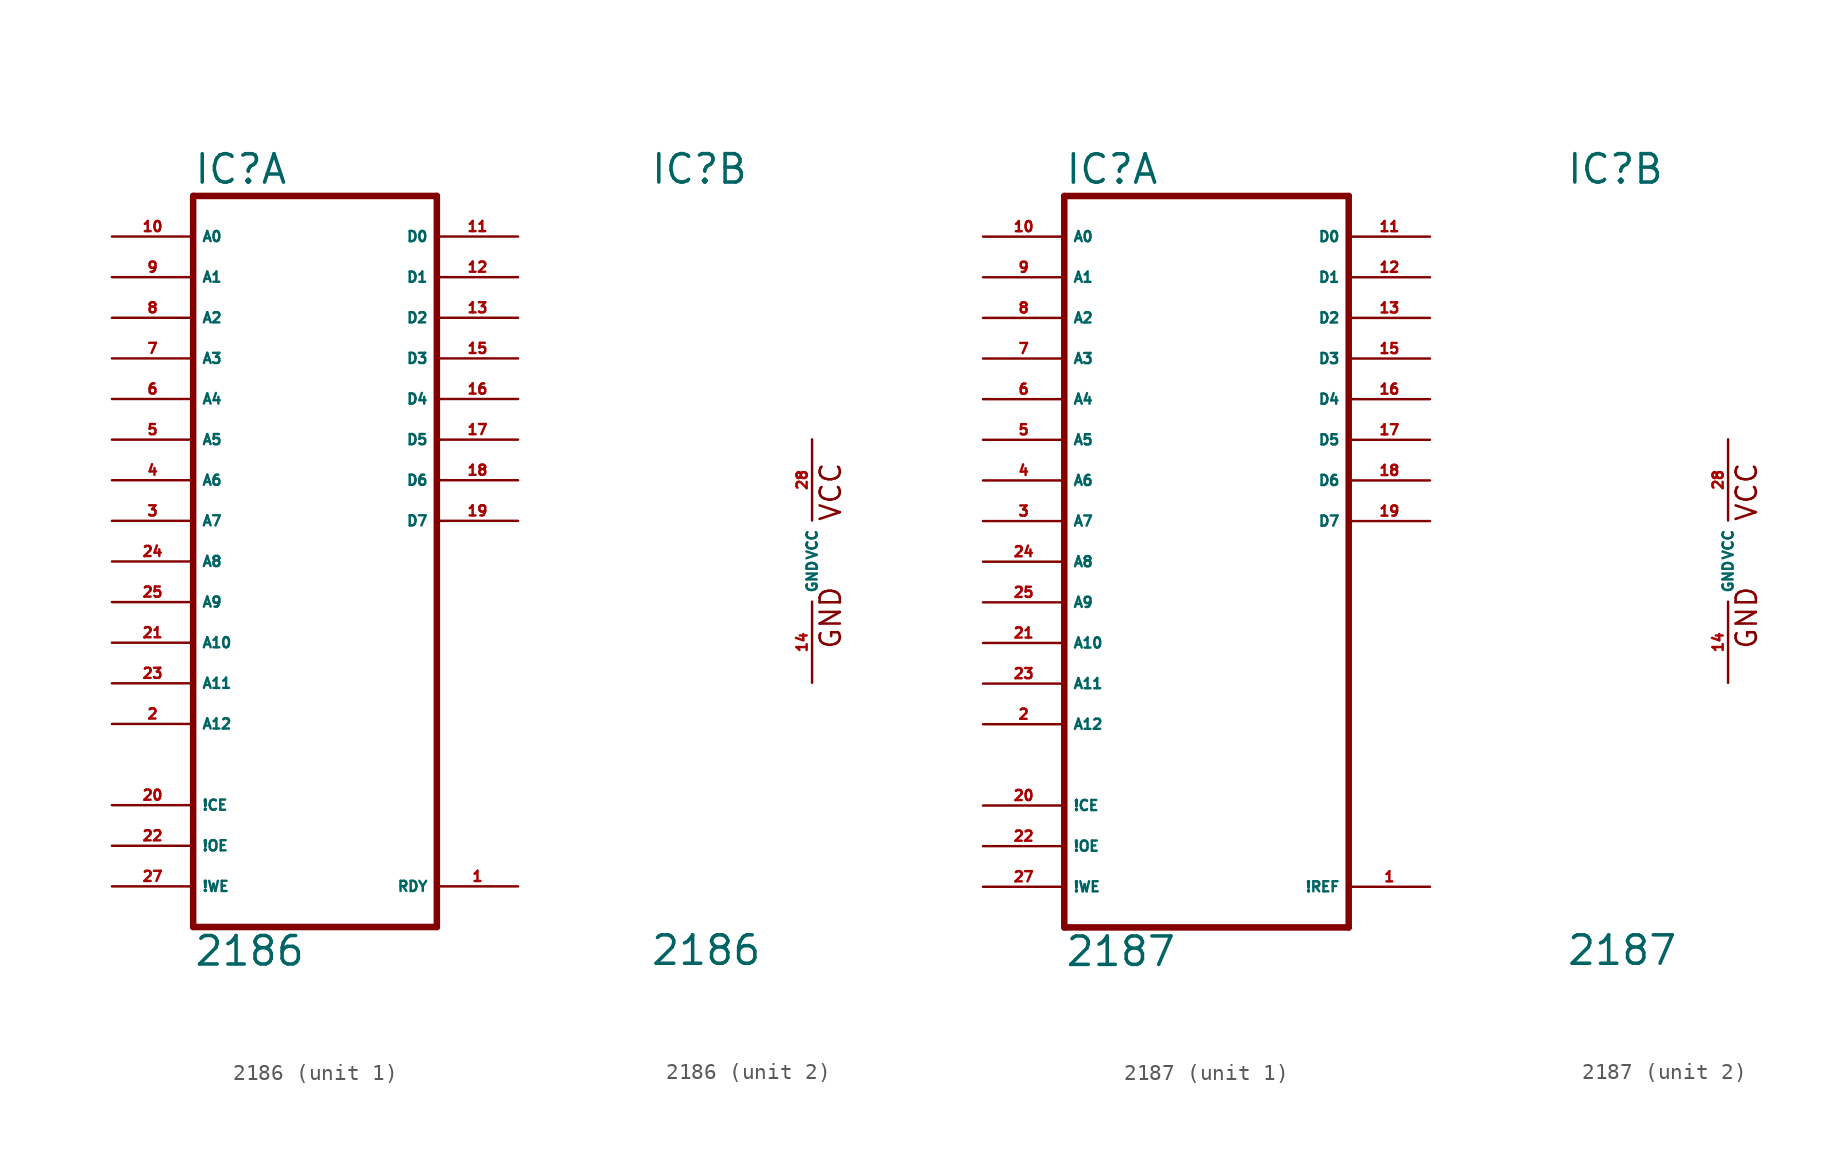
<source format=kicad_sym>
(kicad_symbol_lib
  (version 20220914)
  (generator Eagle2Kicad)
  (symbol "2186"
    (property "Reference" "IC"
      (at -10.16 23.495 0)
      (effects (font (size 1.778 1.778) (thickness 0.22)) (justify left bottom)))
    (property "Value" "2186"
      (at -10.16 -25.4 0)
      (effects (font (size 1.778 1.778) (thickness 0.22)) (justify left bottom)))
    (symbol "2186_1_0"
      (polyline (pts (xy -10.16 -22.86) (xy 5.08 -22.86)) (stroke (width 0.406) (type default)) (fill (type none)))
      (polyline (pts (xy 5.08 -22.86) (xy 5.08 22.86)) (stroke (width 0.406) (type default)) (fill (type none)))
      (polyline (pts (xy 5.08 22.86) (xy -10.16 22.86)) (stroke (width 0.406) (type default)) (fill (type none)))
      (polyline (pts (xy -10.16 22.86) (xy -10.16 -22.86)) (stroke (width 0.406) (type default)) (fill (type none)))
      (pin output line (at 10.16 -20.32 180) (length 5.08) (name "RDY" (effects (font (size 0.635 0.635) (thickness 0.08)) (justify left bottom))) (number "1" (effects (font (size 0.635 0.635) (thickness 0.08)) (justify left bottom))))
      (pin input line (at -15.24 -10.16 0) (length 5.08) (name "A12" (effects (font (size 0.635 0.635) (thickness 0.08)) (justify left bottom))) (number "2" (effects (font (size 0.635 0.635) (thickness 0.08)) (justify left bottom))))
      (pin input line (at -15.24 2.54 0) (length 5.08) (name "A7" (effects (font (size 0.635 0.635) (thickness 0.08)) (justify left bottom))) (number "3" (effects (font (size 0.635 0.635) (thickness 0.08)) (justify left bottom))))
      (pin input line (at -15.24 5.08 0) (length 5.08) (name "A6" (effects (font (size 0.635 0.635) (thickness 0.08)) (justify left bottom))) (number "4" (effects (font (size 0.635 0.635) (thickness 0.08)) (justify left bottom))))
      (pin input line (at -15.24 7.62 0) (length 5.08) (name "A5" (effects (font (size 0.635 0.635) (thickness 0.08)) (justify left bottom))) (number "5" (effects (font (size 0.635 0.635) (thickness 0.08)) (justify left bottom))))
      (pin input line (at -15.24 10.16 0) (length 5.08) (name "A4" (effects (font (size 0.635 0.635) (thickness 0.08)) (justify left bottom))) (number "6" (effects (font (size 0.635 0.635) (thickness 0.08)) (justify left bottom))))
      (pin input line (at -15.24 12.7 0) (length 5.08) (name "A3" (effects (font (size 0.635 0.635) (thickness 0.08)) (justify left bottom))) (number "7" (effects (font (size 0.635 0.635) (thickness 0.08)) (justify left bottom))))
      (pin input line (at -15.24 15.24 0) (length 5.08) (name "A2" (effects (font (size 0.635 0.635) (thickness 0.08)) (justify left bottom))) (number "8" (effects (font (size 0.635 0.635) (thickness 0.08)) (justify left bottom))))
      (pin input line (at -15.24 17.78 0) (length 5.08) (name "A1" (effects (font (size 0.635 0.635) (thickness 0.08)) (justify left bottom))) (number "9" (effects (font (size 0.635 0.635) (thickness 0.08)) (justify left bottom))))
      (pin input line (at -15.24 20.32 0) (length 5.08) (name "A0" (effects (font (size 0.635 0.635) (thickness 0.08)) (justify left bottom))) (number "10" (effects (font (size 0.635 0.635) (thickness 0.08)) (justify left bottom))))
      (pin bidirectional line (at 10.16 20.32 180) (length 5.08) (name "D0" (effects (font (size 0.635 0.635) (thickness 0.08)) (justify left bottom))) (number "11" (effects (font (size 0.635 0.635) (thickness 0.08)) (justify left bottom))))
      (pin bidirectional line (at 10.16 17.78 180) (length 5.08) (name "D1" (effects (font (size 0.635 0.635) (thickness 0.08)) (justify left bottom))) (number "12" (effects (font (size 0.635 0.635) (thickness 0.08)) (justify left bottom))))
      (pin bidirectional line (at 10.16 15.24 180) (length 5.08) (name "D2" (effects (font (size 0.635 0.635) (thickness 0.08)) (justify left bottom))) (number "13" (effects (font (size 0.635 0.635) (thickness 0.08)) (justify left bottom))))
      (pin bidirectional line (at 10.16 12.7 180) (length 5.08) (name "D3" (effects (font (size 0.635 0.635) (thickness 0.08)) (justify left bottom))) (number "15" (effects (font (size 0.635 0.635) (thickness 0.08)) (justify left bottom))))
      (pin bidirectional line (at 10.16 10.16 180) (length 5.08) (name "D4" (effects (font (size 0.635 0.635) (thickness 0.08)) (justify left bottom))) (number "16" (effects (font (size 0.635 0.635) (thickness 0.08)) (justify left bottom))))
      (pin bidirectional line (at 10.16 7.62 180) (length 5.08) (name "D5" (effects (font (size 0.635 0.635) (thickness 0.08)) (justify left bottom))) (number "17" (effects (font (size 0.635 0.635) (thickness 0.08)) (justify left bottom))))
      (pin bidirectional line (at 10.16 5.08 180) (length 5.08) (name "D6" (effects (font (size 0.635 0.635) (thickness 0.08)) (justify left bottom))) (number "18" (effects (font (size 0.635 0.635) (thickness 0.08)) (justify left bottom))))
      (pin bidirectional line (at 10.16 2.54 180) (length 5.08) (name "D7" (effects (font (size 0.635 0.635) (thickness 0.08)) (justify left bottom))) (number "19" (effects (font (size 0.635 0.635) (thickness 0.08)) (justify left bottom))))
      (pin input line (at -15.24 -15.24 0) (length 5.08) (name "!CE" (effects (font (size 0.635 0.635) (thickness 0.08)) (justify left bottom))) (number "20" (effects (font (size 0.635 0.635) (thickness 0.08)) (justify left bottom))))
      (pin input line (at -15.24 -5.08 0) (length 5.08) (name "A10" (effects (font (size 0.635 0.635) (thickness 0.08)) (justify left bottom))) (number "21" (effects (font (size 0.635 0.635) (thickness 0.08)) (justify left bottom))))
      (pin input line (at -15.24 -17.78 0) (length 5.08) (name "!OE" (effects (font (size 0.635 0.635) (thickness 0.08)) (justify left bottom))) (number "22" (effects (font (size 0.635 0.635) (thickness 0.08)) (justify left bottom))))
      (pin input line (at -15.24 -7.62 0) (length 5.08) (name "A11" (effects (font (size 0.635 0.635) (thickness 0.08)) (justify left bottom))) (number "23" (effects (font (size 0.635 0.635) (thickness 0.08)) (justify left bottom))))
      (pin input line (at -15.24 0 0) (length 5.08) (name "A8" (effects (font (size 0.635 0.635) (thickness 0.08)) (justify left bottom))) (number "24" (effects (font (size 0.635 0.635) (thickness 0.08)) (justify left bottom))))
      (pin input line (at -15.24 -2.54 0) (length 5.08) (name "A9" (effects (font (size 0.635 0.635) (thickness 0.08)) (justify left bottom))) (number "25" (effects (font (size 0.635 0.635) (thickness 0.08)) (justify left bottom))))
      (pin input line (at -15.24 -20.32 0) (length 5.08) (name "!WE" (effects (font (size 0.635 0.635) (thickness 0.08)) (justify left bottom))) (number "27" (effects (font (size 0.635 0.635) (thickness 0.08)) (justify left bottom)))))
    (symbol "2186_2_0"
      (text "GND" (at 1.905 -5.588 900) (effects (font (size 1.27 1.27) (thickness 0.16)) (justify left bottom)))
      (text "VCC" (at 1.905 2.413 900) (effects (font (size 1.27 1.27) (thickness 0.16)) (justify left bottom)))
      (pin unspecified line (at 0 -7.62 90) (length 5.08) (name "GND" (effects (font (size 0.635 0.635) (thickness 0.08)) (justify left bottom))) (number "14" (effects (font (size 0.635 0.635) (thickness 0.08)) (justify left bottom))))
      (pin unspecified line (at 0 7.62 270) (length 5.08) (name "VCC" (effects (font (size 0.635 0.635) (thickness 0.08)) (justify left bottom))) (number "28" (effects (font (size 0.635 0.635) (thickness 0.08)) (justify left bottom))))))
  (symbol "2187"
    (property "Reference" "IC"
      (at -10.16 23.495 0)
      (effects (font (size 1.778 1.778) (thickness 0.22)) (justify left bottom)))
    (property "Value" "2187"
      (at -10.16 -25.4 0)
      (effects (font (size 1.778 1.778) (thickness 0.22)) (justify left bottom)))
    (symbol "2187_1_0"
      (polyline (pts (xy -10.16 -22.86) (xy 7.62 -22.86)) (stroke (width 0.406) (type default)) (fill (type none)))
      (polyline (pts (xy 7.62 -22.86) (xy 7.62 22.86)) (stroke (width 0.406) (type default)) (fill (type none)))
      (polyline (pts (xy 7.62 22.86) (xy -10.16 22.86)) (stroke (width 0.406) (type default)) (fill (type none)))
      (polyline (pts (xy -10.16 22.86) (xy -10.16 -22.86)) (stroke (width 0.406) (type default)) (fill (type none)))
      (pin input line (at 12.7 -20.32 180) (length 5.08) (name "!REF" (effects (font (size 0.635 0.635) (thickness 0.08)) (justify left bottom))) (number "1" (effects (font (size 0.635 0.635) (thickness 0.08)) (justify left bottom))))
      (pin input line (at -15.24 -10.16 0) (length 5.08) (name "A12" (effects (font (size 0.635 0.635) (thickness 0.08)) (justify left bottom))) (number "2" (effects (font (size 0.635 0.635) (thickness 0.08)) (justify left bottom))))
      (pin input line (at -15.24 2.54 0) (length 5.08) (name "A7" (effects (font (size 0.635 0.635) (thickness 0.08)) (justify left bottom))) (number "3" (effects (font (size 0.635 0.635) (thickness 0.08)) (justify left bottom))))
      (pin input line (at -15.24 5.08 0) (length 5.08) (name "A6" (effects (font (size 0.635 0.635) (thickness 0.08)) (justify left bottom))) (number "4" (effects (font (size 0.635 0.635) (thickness 0.08)) (justify left bottom))))
      (pin input line (at -15.24 7.62 0) (length 5.08) (name "A5" (effects (font (size 0.635 0.635) (thickness 0.08)) (justify left bottom))) (number "5" (effects (font (size 0.635 0.635) (thickness 0.08)) (justify left bottom))))
      (pin input line (at -15.24 10.16 0) (length 5.08) (name "A4" (effects (font (size 0.635 0.635) (thickness 0.08)) (justify left bottom))) (number "6" (effects (font (size 0.635 0.635) (thickness 0.08)) (justify left bottom))))
      (pin input line (at -15.24 12.7 0) (length 5.08) (name "A3" (effects (font (size 0.635 0.635) (thickness 0.08)) (justify left bottom))) (number "7" (effects (font (size 0.635 0.635) (thickness 0.08)) (justify left bottom))))
      (pin input line (at -15.24 15.24 0) (length 5.08) (name "A2" (effects (font (size 0.635 0.635) (thickness 0.08)) (justify left bottom))) (number "8" (effects (font (size 0.635 0.635) (thickness 0.08)) (justify left bottom))))
      (pin input line (at -15.24 17.78 0) (length 5.08) (name "A1" (effects (font (size 0.635 0.635) (thickness 0.08)) (justify left bottom))) (number "9" (effects (font (size 0.635 0.635) (thickness 0.08)) (justify left bottom))))
      (pin input line (at -15.24 20.32 0) (length 5.08) (name "A0" (effects (font (size 0.635 0.635) (thickness 0.08)) (justify left bottom))) (number "10" (effects (font (size 0.635 0.635) (thickness 0.08)) (justify left bottom))))
      (pin bidirectional line (at 12.7 20.32 180) (length 5.08) (name "D0" (effects (font (size 0.635 0.635) (thickness 0.08)) (justify left bottom))) (number "11" (effects (font (size 0.635 0.635) (thickness 0.08)) (justify left bottom))))
      (pin bidirectional line (at 12.7 17.78 180) (length 5.08) (name "D1" (effects (font (size 0.635 0.635) (thickness 0.08)) (justify left bottom))) (number "12" (effects (font (size 0.635 0.635) (thickness 0.08)) (justify left bottom))))
      (pin bidirectional line (at 12.7 15.24 180) (length 5.08) (name "D2" (effects (font (size 0.635 0.635) (thickness 0.08)) (justify left bottom))) (number "13" (effects (font (size 0.635 0.635) (thickness 0.08)) (justify left bottom))))
      (pin bidirectional line (at 12.7 12.7 180) (length 5.08) (name "D3" (effects (font (size 0.635 0.635) (thickness 0.08)) (justify left bottom))) (number "15" (effects (font (size 0.635 0.635) (thickness 0.08)) (justify left bottom))))
      (pin bidirectional line (at 12.7 10.16 180) (length 5.08) (name "D4" (effects (font (size 0.635 0.635) (thickness 0.08)) (justify left bottom))) (number "16" (effects (font (size 0.635 0.635) (thickness 0.08)) (justify left bottom))))
      (pin bidirectional line (at 12.7 7.62 180) (length 5.08) (name "D5" (effects (font (size 0.635 0.635) (thickness 0.08)) (justify left bottom))) (number "17" (effects (font (size 0.635 0.635) (thickness 0.08)) (justify left bottom))))
      (pin bidirectional line (at 12.7 5.08 180) (length 5.08) (name "D6" (effects (font (size 0.635 0.635) (thickness 0.08)) (justify left bottom))) (number "18" (effects (font (size 0.635 0.635) (thickness 0.08)) (justify left bottom))))
      (pin bidirectional line (at 12.7 2.54 180) (length 5.08) (name "D7" (effects (font (size 0.635 0.635) (thickness 0.08)) (justify left bottom))) (number "19" (effects (font (size 0.635 0.635) (thickness 0.08)) (justify left bottom))))
      (pin input line (at -15.24 -15.24 0) (length 5.08) (name "!CE" (effects (font (size 0.635 0.635) (thickness 0.08)) (justify left bottom))) (number "20" (effects (font (size 0.635 0.635) (thickness 0.08)) (justify left bottom))))
      (pin input line (at -15.24 -5.08 0) (length 5.08) (name "A10" (effects (font (size 0.635 0.635) (thickness 0.08)) (justify left bottom))) (number "21" (effects (font (size 0.635 0.635) (thickness 0.08)) (justify left bottom))))
      (pin input line (at -15.24 -17.78 0) (length 5.08) (name "!OE" (effects (font (size 0.635 0.635) (thickness 0.08)) (justify left bottom))) (number "22" (effects (font (size 0.635 0.635) (thickness 0.08)) (justify left bottom))))
      (pin input line (at -15.24 -7.62 0) (length 5.08) (name "A11" (effects (font (size 0.635 0.635) (thickness 0.08)) (justify left bottom))) (number "23" (effects (font (size 0.635 0.635) (thickness 0.08)) (justify left bottom))))
      (pin input line (at -15.24 0 0) (length 5.08) (name "A8" (effects (font (size 0.635 0.635) (thickness 0.08)) (justify left bottom))) (number "24" (effects (font (size 0.635 0.635) (thickness 0.08)) (justify left bottom))))
      (pin input line (at -15.24 -2.54 0) (length 5.08) (name "A9" (effects (font (size 0.635 0.635) (thickness 0.08)) (justify left bottom))) (number "25" (effects (font (size 0.635 0.635) (thickness 0.08)) (justify left bottom))))
      (pin input line (at -15.24 -20.32 0) (length 5.08) (name "!WE" (effects (font (size 0.635 0.635) (thickness 0.08)) (justify left bottom))) (number "27" (effects (font (size 0.635 0.635) (thickness 0.08)) (justify left bottom)))))
    (symbol "2187_2_0"
      (text "GND" (at 1.905 -5.588 900) (effects (font (size 1.27 1.27) (thickness 0.16)) (justify left bottom)))
      (text "VCC" (at 1.905 2.413 900) (effects (font (size 1.27 1.27) (thickness 0.16)) (justify left bottom)))
      (pin unspecified line (at 0 -7.62 90) (length 5.08) (name "GND" (effects (font (size 0.635 0.635) (thickness 0.08)) (justify left bottom))) (number "14" (effects (font (size 0.635 0.635) (thickness 0.08)) (justify left bottom))))
      (pin unspecified line (at 0 7.62 270) (length 5.08) (name "VCC" (effects (font (size 0.635 0.635) (thickness 0.08)) (justify left bottom))) (number "28" (effects (font (size 0.635 0.635) (thickness 0.08)) (justify left bottom)))))))
</source>
